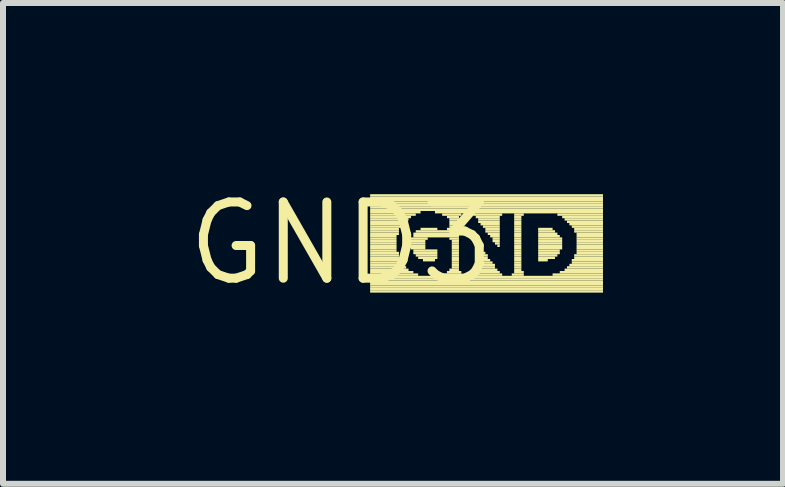
<source format=kicad_pcb>
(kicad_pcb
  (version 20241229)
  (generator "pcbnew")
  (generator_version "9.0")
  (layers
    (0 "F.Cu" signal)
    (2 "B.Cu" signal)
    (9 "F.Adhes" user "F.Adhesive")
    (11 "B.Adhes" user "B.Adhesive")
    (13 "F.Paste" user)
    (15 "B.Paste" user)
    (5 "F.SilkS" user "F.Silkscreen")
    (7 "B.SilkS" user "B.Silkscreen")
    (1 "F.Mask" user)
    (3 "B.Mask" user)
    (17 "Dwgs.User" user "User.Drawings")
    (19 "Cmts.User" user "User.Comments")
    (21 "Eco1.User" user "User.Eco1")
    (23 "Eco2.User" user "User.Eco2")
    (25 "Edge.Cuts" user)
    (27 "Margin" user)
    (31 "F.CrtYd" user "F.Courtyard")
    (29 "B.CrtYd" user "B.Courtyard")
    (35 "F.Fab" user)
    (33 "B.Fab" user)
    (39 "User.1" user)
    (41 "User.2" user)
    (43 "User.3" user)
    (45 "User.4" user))
  (footprint "GND3"
    (layer "F.Cu")
    (at 2.638 1.006)
    (property "Reference" "GND3" (at 0 0 0) (layer "F.SilkS") (effects (font (size 1.27 1.27) (thickness 0.15))))
    (fp_poly (pts (xy 0.48 -0.78) (xy 4.36 -0.78) (xy 4.36 -0.82) (xy 0.48 -0.82)) (stroke (width 0) (type default)) (fill yes) (layer "F.SilkS"))
    (fp_poly (pts (xy 0.48 -0.74) (xy 4.36 -0.74) (xy 4.36 -0.78) (xy 0.48 -0.78)) (stroke (width 0) (type default)) (fill yes) (layer "F.SilkS"))
    (fp_poly (pts (xy 0.48 -0.7) (xy 4.36 -0.7) (xy 4.36 -0.74) (xy 0.48 -0.74)) (stroke (width 0) (type default)) (fill yes) (layer "F.SilkS"))
    (fp_poly (pts (xy 0.48 -0.66) (xy 4.36 -0.66) (xy 4.36 -0.7) (xy 0.48 -0.7)) (stroke (width 0) (type default)) (fill yes) (layer "F.SilkS"))
    (fp_poly (pts (xy 0.48 -0.62) (xy 4.36 -0.62) (xy 4.36 -0.66) (xy 0.48 -0.66)) (stroke (width 0) (type default)) (fill yes) (layer "F.SilkS"))
    (fp_poly (pts (xy 0.48 -0.58) (xy 4.36 -0.58) (xy 4.36 -0.62) (xy 0.48 -0.62)) (stroke (width 0) (type default)) (fill yes) (layer "F.SilkS"))
    (fp_poly (pts (xy 0.48 -0.54) (xy 4.36 -0.54) (xy 4.36 -0.58) (xy 0.48 -0.58)) (stroke (width 0) (type default)) (fill yes) (layer "F.SilkS"))
    (fp_poly (pts (xy 0.48 -0.5) (xy 1.32 -0.5) (xy 1.32 -0.54) (xy 0.48 -0.54)) (stroke (width 0) (type default)) (fill yes) (layer "F.SilkS"))
    (fp_poly (pts (xy 0.48 -0.46) (xy 1.24 -0.46) (xy 1.24 -0.5) (xy 0.48 -0.5)) (stroke (width 0) (type default)) (fill yes) (layer "F.SilkS"))
    (fp_poly (pts (xy 0.48 -0.42) (xy 1.16 -0.42) (xy 1.16 -0.46) (xy 0.48 -0.46)) (stroke (width 0) (type default)) (fill yes) (layer "F.SilkS"))
    (fp_poly (pts (xy 0.48 -0.38) (xy 1.12 -0.38) (xy 1.12 -0.42) (xy 0.48 -0.42)) (stroke (width 0) (type default)) (fill yes) (layer "F.SilkS"))
    (fp_poly (pts (xy 0.48 -0.34) (xy 1.04 -0.34) (xy 1.04 -0.38) (xy 0.48 -0.38)) (stroke (width 0) (type default)) (fill yes) (layer "F.SilkS"))
    (fp_poly (pts (xy 0.48 -0.3) (xy 1.04 -0.3) (xy 1.04 -0.34) (xy 0.48 -0.34)) (stroke (width 0) (type default)) (fill yes) (layer "F.SilkS"))
    (fp_poly (pts (xy 0.48 -0.26) (xy 1 -0.26) (xy 1 -0.3) (xy 0.48 -0.3)) (stroke (width 0) (type default)) (fill yes) (layer "F.SilkS"))
    (fp_poly (pts (xy 0.48 -0.22) (xy 0.96 -0.22) (xy 0.96 -0.26) (xy 0.48 -0.26)) (stroke (width 0) (type default)) (fill yes) (layer "F.SilkS"))
    (fp_poly (pts (xy 0.48 -0.18) (xy 0.96 -0.18) (xy 0.96 -0.22) (xy 0.48 -0.22)) (stroke (width 0) (type default)) (fill yes) (layer "F.SilkS"))
    (fp_poly (pts (xy 0.48 -0.14) (xy 0.96 -0.14) (xy 0.96 -0.18) (xy 0.48 -0.18)) (stroke (width 0) (type default)) (fill yes) (layer "F.SilkS"))
    (fp_poly (pts (xy 0.48 -0.1) (xy 0.92 -0.1) (xy 0.92 -0.14) (xy 0.48 -0.14)) (stroke (width 0) (type default)) (fill yes) (layer "F.SilkS"))
    (fp_poly (pts (xy 0.48 -0.06) (xy 0.92 -0.06) (xy 0.92 -0.1) (xy 0.48 -0.1)) (stroke (width 0) (type default)) (fill yes) (layer "F.SilkS"))
    (fp_poly (pts (xy 0.48 -0.02) (xy 0.92 -0.02) (xy 0.92 -0.06) (xy 0.48 -0.06)) (stroke (width 0) (type default)) (fill yes) (layer "F.SilkS"))
    (fp_poly (pts (xy 0.48 0.02) (xy 0.92 0.02) (xy 0.92 -0.02) (xy 0.48 -0.02)) (stroke (width 0) (type default)) (fill yes) (layer "F.SilkS"))
    (fp_poly (pts (xy 0.48 0.06) (xy 0.92 0.06) (xy 0.92 0.02) (xy 0.48 0.02)) (stroke (width 0) (type default)) (fill yes) (layer "F.SilkS"))
    (fp_poly (pts (xy 0.48 0.1) (xy 0.92 0.1) (xy 0.92 0.06) (xy 0.48 0.06)) (stroke (width 0) (type default)) (fill yes) (layer "F.SilkS"))
    (fp_poly (pts (xy 0.48 0.14) (xy 0.92 0.14) (xy 0.92 0.1) (xy 0.48 0.1)) (stroke (width 0) (type default)) (fill yes) (layer "F.SilkS"))
    (fp_poly (pts (xy 0.48 0.18) (xy 0.96 0.18) (xy 0.96 0.14) (xy 0.48 0.14)) (stroke (width 0) (type default)) (fill yes) (layer "F.SilkS"))
    (fp_poly (pts (xy 0.48 0.22) (xy 0.96 0.22) (xy 0.96 0.18) (xy 0.48 0.18)) (stroke (width 0) (type default)) (fill yes) (layer "F.SilkS"))
    (fp_poly (pts (xy 0.48 0.26) (xy 0.96 0.26) (xy 0.96 0.22) (xy 0.48 0.22)) (stroke (width 0) (type default)) (fill yes) (layer "F.SilkS"))
    (fp_poly (pts (xy 0.48 0.3) (xy 1 0.3) (xy 1 0.26) (xy 0.48 0.26)) (stroke (width 0) (type default)) (fill yes) (layer "F.SilkS"))
    (fp_poly (pts (xy 0.48 0.34) (xy 1 0.34) (xy 1 0.3) (xy 0.48 0.3)) (stroke (width 0) (type default)) (fill yes) (layer "F.SilkS"))
    (fp_poly (pts (xy 0.48 0.38) (xy 1.04 0.38) (xy 1.04 0.34) (xy 0.48 0.34)) (stroke (width 0) (type default)) (fill yes) (layer "F.SilkS"))
    (fp_poly (pts (xy 0.48 0.42) (xy 1.08 0.42) (xy 1.08 0.38) (xy 0.48 0.38)) (stroke (width 0) (type default)) (fill yes) (layer "F.SilkS"))
    (fp_poly (pts (xy 0.48 0.46) (xy 1.12 0.46) (xy 1.12 0.42) (xy 0.48 0.42)) (stroke (width 0) (type default)) (fill yes) (layer "F.SilkS"))
    (fp_poly (pts (xy 0.48 0.5) (xy 1.2 0.5) (xy 1.2 0.46) (xy 0.48 0.46)) (stroke (width 0) (type default)) (fill yes) (layer "F.SilkS"))
    (fp_poly (pts (xy 0.48 0.54) (xy 1.28 0.54) (xy 1.28 0.5) (xy 0.48 0.5)) (stroke (width 0) (type default)) (fill yes) (layer "F.SilkS"))
    (fp_poly (pts (xy 0.48 0.58) (xy 4.36 0.58) (xy 4.36 0.54) (xy 0.48 0.54)) (stroke (width 0) (type default)) (fill yes) (layer "F.SilkS"))
    (fp_poly (pts (xy 0.48 0.62) (xy 4.36 0.62) (xy 4.36 0.58) (xy 0.48 0.58)) (stroke (width 0) (type default)) (fill yes) (layer "F.SilkS"))
    (fp_poly (pts (xy 0.48 0.66) (xy 4.36 0.66) (xy 4.36 0.62) (xy 0.48 0.62)) (stroke (width 0) (type default)) (fill yes) (layer "F.SilkS"))
    (fp_poly (pts (xy 0.48 0.7) (xy 4.36 0.7) (xy 4.36 0.66) (xy 0.48 0.66)) (stroke (width 0) (type default)) (fill yes) (layer "F.SilkS"))
    (fp_poly (pts (xy 0.48 0.74) (xy 4.36 0.74) (xy 4.36 0.7) (xy 0.48 0.7)) (stroke (width 0) (type default)) (fill yes) (layer "F.SilkS"))
    (fp_poly (pts (xy 0.48 0.78) (xy 4.36 0.78) (xy 4.36 0.74) (xy 0.48 0.74)) (stroke (width 0) (type default)) (fill yes) (layer "F.SilkS"))
    (fp_poly (pts (xy 0.48 0.82) (xy 4.36 0.82) (xy 4.36 0.78) (xy 0.48 0.78)) (stroke (width 0) (type default)) (fill yes) (layer "F.SilkS"))
    (fp_poly (pts (xy 1.16 -0.06) (xy 1.44 -0.06) (xy 1.44 -0.1) (xy 1.16 -0.1)) (stroke (width 0) (type default)) (fill yes) (layer "F.SilkS"))
    (fp_poly (pts (xy 1.16 -0.02) (xy 1.4 -0.02) (xy 1.4 -0.06) (xy 1.16 -0.06)) (stroke (width 0) (type default)) (fill yes) (layer "F.SilkS"))
    (fp_poly (pts (xy 1.16 0.02) (xy 1.4 0.02) (xy 1.4 -0.02) (xy 1.16 -0.02)) (stroke (width 0) (type default)) (fill yes) (layer "F.SilkS"))
    (fp_poly (pts (xy 1.16 0.06) (xy 1.4 0.06) (xy 1.4 0.02) (xy 1.16 0.02)) (stroke (width 0) (type default)) (fill yes) (layer "F.SilkS"))
    (fp_poly (pts (xy 1.16 0.1) (xy 1.4 0.1) (xy 1.4 0.06) (xy 1.16 0.06)) (stroke (width 0) (type default)) (fill yes) (layer "F.SilkS"))
    (fp_poly (pts (xy 1.2 -0.14) (xy 1.96 -0.14) (xy 1.96 -0.18) (xy 1.2 -0.18)) (stroke (width 0) (type default)) (fill yes) (layer "F.SilkS"))
    (fp_poly (pts (xy 1.2 -0.1) (xy 1.96 -0.1) (xy 1.96 -0.14) (xy 1.2 -0.14)) (stroke (width 0) (type default)) (fill yes) (layer "F.SilkS"))
    (fp_poly (pts (xy 1.2 0.14) (xy 1.6 0.14) (xy 1.6 0.1) (xy 1.2 0.1)) (stroke (width 0) (type default)) (fill yes) (layer "F.SilkS"))
    (fp_poly (pts (xy 1.2 0.18) (xy 1.6 0.18) (xy 1.6 0.14) (xy 1.2 0.14)) (stroke (width 0) (type default)) (fill yes) (layer "F.SilkS"))
    (fp_poly (pts (xy 1.24 -0.18) (xy 1.96 -0.18) (xy 1.96 -0.22) (xy 1.24 -0.22)) (stroke (width 0) (type default)) (fill yes) (layer "F.SilkS"))
    (fp_poly (pts (xy 1.24 0.22) (xy 1.6 0.22) (xy 1.6 0.18) (xy 1.24 0.18)) (stroke (width 0) (type default)) (fill yes) (layer "F.SilkS"))
    (fp_poly (pts (xy 1.28 0.26) (xy 1.6 0.26) (xy 1.6 0.22) (xy 1.28 0.22)) (stroke (width 0) (type default)) (fill yes) (layer "F.SilkS"))
    (fp_poly (pts (xy 1.32 -0.22) (xy 1.6 -0.22) (xy 1.6 -0.26) (xy 1.32 -0.26)) (stroke (width 0) (type default)) (fill yes) (layer "F.SilkS"))
    (fp_poly (pts (xy 1.36 0.3) (xy 1.56 0.3) (xy 1.56 0.26) (xy 1.36 0.26)) (stroke (width 0) (type default)) (fill yes) (layer "F.SilkS"))
    (fp_poly (pts (xy 1.56 -0.5) (xy 4.36 -0.5) (xy 4.36 -0.54) (xy 1.56 -0.54)) (stroke (width 0) (type default)) (fill yes) (layer "F.SilkS"))
    (fp_poly (pts (xy 1.68 -0.46) (xy 2 -0.46) (xy 2 -0.5) (xy 1.68 -0.5)) (stroke (width 0) (type default)) (fill yes) (layer "F.SilkS"))
    (fp_poly (pts (xy 1.68 0.54) (xy 2 0.54) (xy 2 0.5) (xy 1.68 0.5)) (stroke (width 0) (type default)) (fill yes) (layer "F.SilkS"))
    (fp_poly (pts (xy 1.76 -0.42) (xy 1.96 -0.42) (xy 1.96 -0.46) (xy 1.76 -0.46)) (stroke (width 0) (type default)) (fill yes) (layer "F.SilkS"))
    (fp_poly (pts (xy 1.76 -0.22) (xy 1.96 -0.22) (xy 1.96 -0.26) (xy 1.76 -0.26)) (stroke (width 0) (type default)) (fill yes) (layer "F.SilkS"))
    (fp_poly (pts (xy 1.76 0.5) (xy 2 0.5) (xy 2 0.46) (xy 1.76 0.46)) (stroke (width 0) (type default)) (fill yes) (layer "F.SilkS"))
    (fp_poly (pts (xy 1.8 -0.38) (xy 1.96 -0.38) (xy 1.96 -0.42) (xy 1.8 -0.42)) (stroke (width 0) (type default)) (fill yes) (layer "F.SilkS"))
    (fp_poly (pts (xy 1.8 -0.34) (xy 1.96 -0.34) (xy 1.96 -0.38) (xy 1.8 -0.38)) (stroke (width 0) (type default)) (fill yes) (layer "F.SilkS"))
    (fp_poly (pts (xy 1.8 -0.3) (xy 1.96 -0.3) (xy 1.96 -0.34) (xy 1.8 -0.34)) (stroke (width 0) (type default)) (fill yes) (layer "F.SilkS"))
    (fp_poly (pts (xy 1.8 -0.26) (xy 1.96 -0.26) (xy 1.96 -0.3) (xy 1.8 -0.3)) (stroke (width 0) (type default)) (fill yes) (layer "F.SilkS"))
    (fp_poly (pts (xy 1.8 -0.06) (xy 1.96 -0.06) (xy 1.96 -0.1) (xy 1.8 -0.1)) (stroke (width 0) (type default)) (fill yes) (layer "F.SilkS"))
    (fp_poly (pts (xy 1.8 0.46) (xy 1.96 0.46) (xy 1.96 0.42) (xy 1.8 0.42)) (stroke (width 0) (type default)) (fill yes) (layer "F.SilkS"))
    (fp_poly (pts (xy 1.84 -0.02) (xy 1.96 -0.02) (xy 1.96 -0.06) (xy 1.84 -0.06)) (stroke (width 0) (type default)) (fill yes) (layer "F.SilkS"))
    (fp_poly (pts (xy 1.84 0.02) (xy 1.96 0.02) (xy 1.96 -0.02) (xy 1.84 -0.02)) (stroke (width 0) (type default)) (fill yes) (layer "F.SilkS"))
    (fp_poly (pts (xy 1.84 0.06) (xy 1.96 0.06) (xy 1.96 0.02) (xy 1.84 0.02)) (stroke (width 0) (type default)) (fill yes) (layer "F.SilkS"))
    (fp_poly (pts (xy 1.84 0.1) (xy 1.96 0.1) (xy 1.96 0.06) (xy 1.84 0.06)) (stroke (width 0) (type default)) (fill yes) (layer "F.SilkS"))
    (fp_poly (pts (xy 1.84 0.14) (xy 1.96 0.14) (xy 1.96 0.1) (xy 1.84 0.1)) (stroke (width 0) (type default)) (fill yes) (layer "F.SilkS"))
    (fp_poly (pts (xy 1.84 0.18) (xy 1.96 0.18) (xy 1.96 0.14) (xy 1.84 0.14)) (stroke (width 0) (type default)) (fill yes) (layer "F.SilkS"))
    (fp_poly (pts (xy 1.84 0.22) (xy 1.96 0.22) (xy 1.96 0.18) (xy 1.84 0.18)) (stroke (width 0) (type default)) (fill yes) (layer "F.SilkS"))
    (fp_poly (pts (xy 1.84 0.26) (xy 1.96 0.26) (xy 1.96 0.22) (xy 1.84 0.22)) (stroke (width 0) (type default)) (fill yes) (layer "F.SilkS"))
    (fp_poly (pts (xy 1.84 0.3) (xy 1.96 0.3) (xy 1.96 0.26) (xy 1.84 0.26)) (stroke (width 0) (type default)) (fill yes) (layer "F.SilkS"))
    (fp_poly (pts (xy 1.84 0.34) (xy 1.96 0.34) (xy 1.96 0.3) (xy 1.84 0.3)) (stroke (width 0) (type default)) (fill yes) (layer "F.SilkS"))
    (fp_poly (pts (xy 1.84 0.38) (xy 1.96 0.38) (xy 1.96 0.34) (xy 1.84 0.34)) (stroke (width 0) (type default)) (fill yes) (layer "F.SilkS"))
    (fp_poly (pts (xy 1.84 0.42) (xy 1.96 0.42) (xy 1.96 0.38) (xy 1.84 0.38)) (stroke (width 0) (type default)) (fill yes) (layer "F.SilkS"))
    (fp_poly (pts (xy 2.2 -0.46) (xy 2.68 -0.46) (xy 2.68 -0.5) (xy 2.2 -0.5)) (stroke (width 0) (type default)) (fill yes) (layer "F.SilkS"))
    (fp_poly (pts (xy 2.2 0.5) (xy 2.64 0.5) (xy 2.64 0.46) (xy 2.2 0.46)) (stroke (width 0) (type default)) (fill yes) (layer "F.SilkS"))
    (fp_poly (pts (xy 2.2 0.54) (xy 2.68 0.54) (xy 2.68 0.5) (xy 2.2 0.5)) (stroke (width 0) (type default)) (fill yes) (layer "F.SilkS"))
    (fp_poly (pts (xy 2.24 -0.42) (xy 2.64 -0.42) (xy 2.64 -0.46) (xy 2.24 -0.46)) (stroke (width 0) (type default)) (fill yes) (layer "F.SilkS"))
    (fp_poly (pts (xy 2.24 0.02) (xy 2.28 0.02) (xy 2.28 -0.02) (xy 2.24 -0.02)) (stroke (width 0) (type default)) (fill yes) (layer "F.SilkS"))
    (fp_poly (pts (xy 2.24 0.06) (xy 2.32 0.06) (xy 2.32 0.02) (xy 2.24 0.02)) (stroke (width 0) (type default)) (fill yes) (layer "F.SilkS"))
    (fp_poly (pts (xy 2.24 0.1) (xy 2.32 0.1) (xy 2.32 0.06) (xy 2.24 0.06)) (stroke (width 0) (type default)) (fill yes) (layer "F.SilkS"))
    (fp_poly (pts (xy 2.24 0.14) (xy 2.36 0.14) (xy 2.36 0.1) (xy 2.24 0.1)) (stroke (width 0) (type default)) (fill yes) (layer "F.SilkS"))
    (fp_poly (pts (xy 2.24 0.18) (xy 2.4 0.18) (xy 2.4 0.14) (xy 2.24 0.14)) (stroke (width 0) (type default)) (fill yes) (layer "F.SilkS"))
    (fp_poly (pts (xy 2.24 0.22) (xy 2.44 0.22) (xy 2.44 0.18) (xy 2.24 0.18)) (stroke (width 0) (type default)) (fill yes) (layer "F.SilkS"))
    (fp_poly (pts (xy 2.24 0.26) (xy 2.44 0.26) (xy 2.44 0.22) (xy 2.24 0.22)) (stroke (width 0) (type default)) (fill yes) (layer "F.SilkS"))
    (fp_poly (pts (xy 2.24 0.3) (xy 2.48 0.3) (xy 2.48 0.26) (xy 2.24 0.26)) (stroke (width 0) (type default)) (fill yes) (layer "F.SilkS"))
    (fp_poly (pts (xy 2.24 0.34) (xy 2.52 0.34) (xy 2.52 0.3) (xy 2.24 0.3)) (stroke (width 0) (type default)) (fill yes) (layer "F.SilkS"))
    (fp_poly (pts (xy 2.24 0.38) (xy 2.56 0.38) (xy 2.56 0.34) (xy 2.24 0.34)) (stroke (width 0) (type default)) (fill yes) (layer "F.SilkS"))
    (fp_poly (pts (xy 2.24 0.42) (xy 2.56 0.42) (xy 2.56 0.38) (xy 2.24 0.38)) (stroke (width 0) (type default)) (fill yes) (layer "F.SilkS"))
    (fp_poly (pts (xy 2.24 0.46) (xy 2.6 0.46) (xy 2.6 0.42) (xy 2.24 0.42)) (stroke (width 0) (type default)) (fill yes) (layer "F.SilkS"))
    (fp_poly (pts (xy 2.28 -0.38) (xy 2.64 -0.38) (xy 2.64 -0.42) (xy 2.28 -0.42)) (stroke (width 0) (type default)) (fill yes) (layer "F.SilkS"))
    (fp_poly (pts (xy 2.28 -0.34) (xy 2.64 -0.34) (xy 2.64 -0.38) (xy 2.28 -0.38)) (stroke (width 0) (type default)) (fill yes) (layer "F.SilkS"))
    (fp_poly (pts (xy 2.32 -0.3) (xy 2.64 -0.3) (xy 2.64 -0.34) (xy 2.32 -0.34)) (stroke (width 0) (type default)) (fill yes) (layer "F.SilkS"))
    (fp_poly (pts (xy 2.36 -0.26) (xy 2.64 -0.26) (xy 2.64 -0.3) (xy 2.36 -0.3)) (stroke (width 0) (type default)) (fill yes) (layer "F.SilkS"))
    (fp_poly (pts (xy 2.4 -0.22) (xy 2.64 -0.22) (xy 2.64 -0.26) (xy 2.4 -0.26)) (stroke (width 0) (type default)) (fill yes) (layer "F.SilkS"))
    (fp_poly (pts (xy 2.4 -0.18) (xy 2.64 -0.18) (xy 2.64 -0.22) (xy 2.4 -0.22)) (stroke (width 0) (type default)) (fill yes) (layer "F.SilkS"))
    (fp_poly (pts (xy 2.44 -0.14) (xy 2.64 -0.14) (xy 2.64 -0.18) (xy 2.44 -0.18)) (stroke (width 0) (type default)) (fill yes) (layer "F.SilkS"))
    (fp_poly (pts (xy 2.48 -0.1) (xy 2.64 -0.1) (xy 2.64 -0.14) (xy 2.48 -0.14)) (stroke (width 0) (type default)) (fill yes) (layer "F.SilkS"))
    (fp_poly (pts (xy 2.52 -0.06) (xy 2.64 -0.06) (xy 2.64 -0.1) (xy 2.52 -0.1)) (stroke (width 0) (type default)) (fill yes) (layer "F.SilkS"))
    (fp_poly (pts (xy 2.52 -0.02) (xy 2.64 -0.02) (xy 2.64 -0.06) (xy 2.52 -0.06)) (stroke (width 0) (type default)) (fill yes) (layer "F.SilkS"))
    (fp_poly (pts (xy 2.56 0.02) (xy 2.64 0.02) (xy 2.64 -0.02) (xy 2.56 -0.02)) (stroke (width 0) (type default)) (fill yes) (layer "F.SilkS"))
    (fp_poly (pts (xy 2.6 0.06) (xy 2.64 0.06) (xy 2.64 0.02) (xy 2.6 0.02)) (stroke (width 0) (type default)) (fill yes) (layer "F.SilkS"))
    (fp_poly (pts (xy 2.84 0.54) (xy 3.04 0.54) (xy 3.04 0.5) (xy 2.84 0.5)) (stroke (width 0) (type default)) (fill yes) (layer "F.SilkS"))
    (fp_poly (pts (xy 2.88 -0.46) (xy 3.04 -0.46) (xy 3.04 -0.5) (xy 2.88 -0.5)) (stroke (width 0) (type default)) (fill yes) (layer "F.SilkS"))
    (fp_poly (pts (xy 2.88 -0.42) (xy 3 -0.42) (xy 3 -0.46) (xy 2.88 -0.46)) (stroke (width 0) (type default)) (fill yes) (layer "F.SilkS"))
    (fp_poly (pts (xy 2.88 -0.38) (xy 3 -0.38) (xy 3 -0.42) (xy 2.88 -0.42)) (stroke (width 0) (type default)) (fill yes) (layer "F.SilkS"))
    (fp_poly (pts (xy 2.88 -0.34) (xy 3 -0.34) (xy 3 -0.38) (xy 2.88 -0.38)) (stroke (width 0) (type default)) (fill yes) (layer "F.SilkS"))
    (fp_poly (pts (xy 2.88 -0.3) (xy 3 -0.3) (xy 3 -0.34) (xy 2.88 -0.34)) (stroke (width 0) (type default)) (fill yes) (layer "F.SilkS"))
    (fp_poly (pts (xy 2.88 -0.26) (xy 3 -0.26) (xy 3 -0.3) (xy 2.88 -0.3)) (stroke (width 0) (type default)) (fill yes) (layer "F.SilkS"))
    (fp_poly (pts (xy 2.88 -0.22) (xy 3 -0.22) (xy 3 -0.26) (xy 2.88 -0.26)) (stroke (width 0) (type default)) (fill yes) (layer "F.SilkS"))
    (fp_poly (pts (xy 2.88 -0.18) (xy 3 -0.18) (xy 3 -0.22) (xy 2.88 -0.22)) (stroke (width 0) (type default)) (fill yes) (layer "F.SilkS"))
    (fp_poly (pts (xy 2.88 -0.14) (xy 3 -0.14) (xy 3 -0.18) (xy 2.88 -0.18)) (stroke (width 0) (type default)) (fill yes) (layer "F.SilkS"))
    (fp_poly (pts (xy 2.88 -0.1) (xy 3 -0.1) (xy 3 -0.14) (xy 2.88 -0.14)) (stroke (width 0) (type default)) (fill yes) (layer "F.SilkS"))
    (fp_poly (pts (xy 2.88 -0.06) (xy 3 -0.06) (xy 3 -0.1) (xy 2.88 -0.1)) (stroke (width 0) (type default)) (fill yes) (layer "F.SilkS"))
    (fp_poly (pts (xy 2.88 -0.02) (xy 3 -0.02) (xy 3 -0.06) (xy 2.88 -0.06)) (stroke (width 0) (type default)) (fill yes) (layer "F.SilkS"))
    (fp_poly (pts (xy 2.88 0.02) (xy 3 0.02) (xy 3 -0.02) (xy 2.88 -0.02)) (stroke (width 0) (type default)) (fill yes) (layer "F.SilkS"))
    (fp_poly (pts (xy 2.88 0.06) (xy 3 0.06) (xy 3 0.02) (xy 2.88 0.02)) (stroke (width 0) (type default)) (fill yes) (layer "F.SilkS"))
    (fp_poly (pts (xy 2.88 0.1) (xy 3 0.1) (xy 3 0.06) (xy 2.88 0.06)) (stroke (width 0) (type default)) (fill yes) (layer "F.SilkS"))
    (fp_poly (pts (xy 2.88 0.14) (xy 3 0.14) (xy 3 0.1) (xy 2.88 0.1)) (stroke (width 0) (type default)) (fill yes) (layer "F.SilkS"))
    (fp_poly (pts (xy 2.88 0.18) (xy 3 0.18) (xy 3 0.14) (xy 2.88 0.14)) (stroke (width 0) (type default)) (fill yes) (layer "F.SilkS"))
    (fp_poly (pts (xy 2.88 0.22) (xy 3 0.22) (xy 3 0.18) (xy 2.88 0.18)) (stroke (width 0) (type default)) (fill yes) (layer "F.SilkS"))
    (fp_poly (pts (xy 2.88 0.26) (xy 3 0.26) (xy 3 0.22) (xy 2.88 0.22)) (stroke (width 0) (type default)) (fill yes) (layer "F.SilkS"))
    (fp_poly (pts (xy 2.88 0.3) (xy 3 0.3) (xy 3 0.26) (xy 2.88 0.26)) (stroke (width 0) (type default)) (fill yes) (layer "F.SilkS"))
    (fp_poly (pts (xy 2.88 0.34) (xy 3 0.34) (xy 3 0.3) (xy 2.88 0.3)) (stroke (width 0) (type default)) (fill yes) (layer "F.SilkS"))
    (fp_poly (pts (xy 2.88 0.38) (xy 3 0.38) (xy 3 0.34) (xy 2.88 0.34)) (stroke (width 0) (type default)) (fill yes) (layer "F.SilkS"))
    (fp_poly (pts (xy 2.88 0.42) (xy 3 0.42) (xy 3 0.38) (xy 2.88 0.38)) (stroke (width 0) (type default)) (fill yes) (layer "F.SilkS"))
    (fp_poly (pts (xy 2.88 0.46) (xy 3 0.46) (xy 3 0.42) (xy 2.88 0.42)) (stroke (width 0) (type default)) (fill yes) (layer "F.SilkS"))
    (fp_poly (pts (xy 2.88 0.5) (xy 3.04 0.5) (xy 3.04 0.46) (xy 2.88 0.46)) (stroke (width 0) (type default)) (fill yes) (layer "F.SilkS"))
    (fp_poly (pts (xy 3.28 -0.22) (xy 3.52 -0.22) (xy 3.52 -0.26) (xy 3.28 -0.26)) (stroke (width 0) (type default)) (fill yes) (layer "F.SilkS"))
    (fp_poly (pts (xy 3.28 -0.18) (xy 3.56 -0.18) (xy 3.56 -0.22) (xy 3.28 -0.22)) (stroke (width 0) (type default)) (fill yes) (layer "F.SilkS"))
    (fp_poly (pts (xy 3.28 -0.14) (xy 3.6 -0.14) (xy 3.6 -0.18) (xy 3.28 -0.18)) (stroke (width 0) (type default)) (fill yes) (layer "F.SilkS"))
    (fp_poly (pts (xy 3.28 -0.1) (xy 3.64 -0.1) (xy 3.64 -0.14) (xy 3.28 -0.14)) (stroke (width 0) (type default)) (fill yes) (layer "F.SilkS"))
    (fp_poly (pts (xy 3.28 -0.06) (xy 3.68 -0.06) (xy 3.68 -0.1) (xy 3.28 -0.1)) (stroke (width 0) (type default)) (fill yes) (layer "F.SilkS"))
    (fp_poly (pts (xy 3.28 -0.02) (xy 3.68 -0.02) (xy 3.68 -0.06) (xy 3.28 -0.06)) (stroke (width 0) (type default)) (fill yes) (layer "F.SilkS"))
    (fp_poly (pts (xy 3.28 0.02) (xy 3.68 0.02) (xy 3.68 -0.02) (xy 3.28 -0.02)) (stroke (width 0) (type default)) (fill yes) (layer "F.SilkS"))
    (fp_poly (pts (xy 3.28 0.06) (xy 3.68 0.06) (xy 3.68 0.02) (xy 3.28 0.02)) (stroke (width 0) (type default)) (fill yes) (layer "F.SilkS"))
    (fp_poly (pts (xy 3.28 0.1) (xy 3.68 0.1) (xy 3.68 0.06) (xy 3.28 0.06)) (stroke (width 0) (type default)) (fill yes) (layer "F.SilkS"))
    (fp_poly (pts (xy 3.28 0.14) (xy 3.64 0.14) (xy 3.64 0.1) (xy 3.28 0.1)) (stroke (width 0) (type default)) (fill yes) (layer "F.SilkS"))
    (fp_poly (pts (xy 3.28 0.18) (xy 3.64 0.18) (xy 3.64 0.14) (xy 3.28 0.14)) (stroke (width 0) (type default)) (fill yes) (layer "F.SilkS"))
    (fp_poly (pts (xy 3.28 0.22) (xy 3.6 0.22) (xy 3.6 0.18) (xy 3.28 0.18)) (stroke (width 0) (type default)) (fill yes) (layer "F.SilkS"))
    (fp_poly (pts (xy 3.28 0.26) (xy 3.56 0.26) (xy 3.56 0.22) (xy 3.28 0.22)) (stroke (width 0) (type default)) (fill yes) (layer "F.SilkS"))
    (fp_poly (pts (xy 3.28 0.3) (xy 3.44 0.3) (xy 3.44 0.26) (xy 3.28 0.26)) (stroke (width 0) (type default)) (fill yes) (layer "F.SilkS"))
    (fp_poly (pts (xy 3.52 0.54) (xy 4.36 0.54) (xy 4.36 0.5) (xy 3.52 0.5)) (stroke (width 0) (type default)) (fill yes) (layer "F.SilkS"))
    (fp_poly (pts (xy 3.6 -0.46) (xy 4.36 -0.46) (xy 4.36 -0.5) (xy 3.6 -0.5)) (stroke (width 0) (type default)) (fill yes) (layer "F.SilkS"))
    (fp_poly (pts (xy 3.64 0.5) (xy 4.36 0.5) (xy 4.36 0.46) (xy 3.64 0.46)) (stroke (width 0) (type default)) (fill yes) (layer "F.SilkS"))
    (fp_poly (pts (xy 3.68 -0.42) (xy 4.36 -0.42) (xy 4.36 -0.46) (xy 3.68 -0.46)) (stroke (width 0) (type default)) (fill yes) (layer "F.SilkS"))
    (fp_poly (pts (xy 3.72 -0.38) (xy 4.36 -0.38) (xy 4.36 -0.42) (xy 3.72 -0.42)) (stroke (width 0) (type default)) (fill yes) (layer "F.SilkS"))
    (fp_poly (pts (xy 3.72 0.46) (xy 4.36 0.46) (xy 4.36 0.42) (xy 3.72 0.42)) (stroke (width 0) (type default)) (fill yes) (layer "F.SilkS"))
    (fp_poly (pts (xy 3.76 -0.34) (xy 4.36 -0.34) (xy 4.36 -0.38) (xy 3.76 -0.38)) (stroke (width 0) (type default)) (fill yes) (layer "F.SilkS"))
    (fp_poly (pts (xy 3.76 0.42) (xy 4.36 0.42) (xy 4.36 0.38) (xy 3.76 0.38)) (stroke (width 0) (type default)) (fill yes) (layer "F.SilkS"))
    (fp_poly (pts (xy 3.8 -0.3) (xy 4.36 -0.3) (xy 4.36 -0.34) (xy 3.8 -0.34)) (stroke (width 0) (type default)) (fill yes) (layer "F.SilkS"))
    (fp_poly (pts (xy 3.8 0.38) (xy 4.36 0.38) (xy 4.36 0.34) (xy 3.8 0.34)) (stroke (width 0) (type default)) (fill yes) (layer "F.SilkS"))
    (fp_poly (pts (xy 3.84 -0.26) (xy 4.36 -0.26) (xy 4.36 -0.3) (xy 3.84 -0.3)) (stroke (width 0) (type default)) (fill yes) (layer "F.SilkS"))
    (fp_poly (pts (xy 3.84 0.3) (xy 4.36 0.3) (xy 4.36 0.26) (xy 3.84 0.26)) (stroke (width 0) (type default)) (fill yes) (layer "F.SilkS"))
    (fp_poly (pts (xy 3.84 0.34) (xy 4.36 0.34) (xy 4.36 0.3) (xy 3.84 0.3)) (stroke (width 0) (type default)) (fill yes) (layer "F.SilkS"))
    (fp_poly (pts (xy 3.88 -0.22) (xy 4.36 -0.22) (xy 4.36 -0.26) (xy 3.88 -0.26)) (stroke (width 0) (type default)) (fill yes) (layer "F.SilkS"))
    (fp_poly (pts (xy 3.88 -0.18) (xy 4.36 -0.18) (xy 4.36 -0.22) (xy 3.88 -0.22)) (stroke (width 0) (type default)) (fill yes) (layer "F.SilkS"))
    (fp_poly (pts (xy 3.88 0.22) (xy 4.36 0.22) (xy 4.36 0.18) (xy 3.88 0.18)) (stroke (width 0) (type default)) (fill yes) (layer "F.SilkS"))
    (fp_poly (pts (xy 3.88 0.26) (xy 4.36 0.26) (xy 4.36 0.22) (xy 3.88 0.22)) (stroke (width 0) (type default)) (fill yes) (layer "F.SilkS"))
    (fp_poly (pts (xy 3.92 -0.14) (xy 4.36 -0.14) (xy 4.36 -0.18) (xy 3.92 -0.18)) (stroke (width 0) (type default)) (fill yes) (layer "F.SilkS"))
    (fp_poly (pts (xy 3.92 -0.1) (xy 4.36 -0.1) (xy 4.36 -0.14) (xy 3.92 -0.14)) (stroke (width 0) (type default)) (fill yes) (layer "F.SilkS"))
    (fp_poly (pts (xy 3.92 -0.06) (xy 4.36 -0.06) (xy 4.36 -0.1) (xy 3.92 -0.1)) (stroke (width 0) (type default)) (fill yes) (layer "F.SilkS"))
    (fp_poly (pts (xy 3.92 -0.02) (xy 4.36 -0.02) (xy 4.36 -0.06) (xy 3.92 -0.06)) (stroke (width 0) (type default)) (fill yes) (layer "F.SilkS"))
    (fp_poly (pts (xy 3.92 0.02) (xy 4.36 0.02) (xy 4.36 -0.02) (xy 3.92 -0.02)) (stroke (width 0) (type default)) (fill yes) (layer "F.SilkS"))
    (fp_poly (pts (xy 3.92 0.06) (xy 4.36 0.06) (xy 4.36 0.02) (xy 3.92 0.02)) (stroke (width 0) (type default)) (fill yes) (layer "F.SilkS"))
    (fp_poly (pts (xy 3.92 0.1) (xy 4.36 0.1) (xy 4.36 0.06) (xy 3.92 0.06)) (stroke (width 0) (type default)) (fill yes) (layer "F.SilkS"))
    (fp_poly (pts (xy 3.92 0.14) (xy 4.36 0.14) (xy 4.36 0.1) (xy 3.92 0.1)) (stroke (width 0) (type default)) (fill yes) (layer "F.SilkS"))
    (fp_poly (pts (xy 3.92 0.18) (xy 4.36 0.18) (xy 4.36 0.14) (xy 3.92 0.14)) (stroke (width 0) (type default)) (fill yes) (layer "F.SilkS")))
  (gr_rect
    (start -3 -3)
    (end 9.998 5.012)
    (stroke (width 0.1) (type default))
    (fill no)
    (layer "Edge.Cuts")))
</source>
